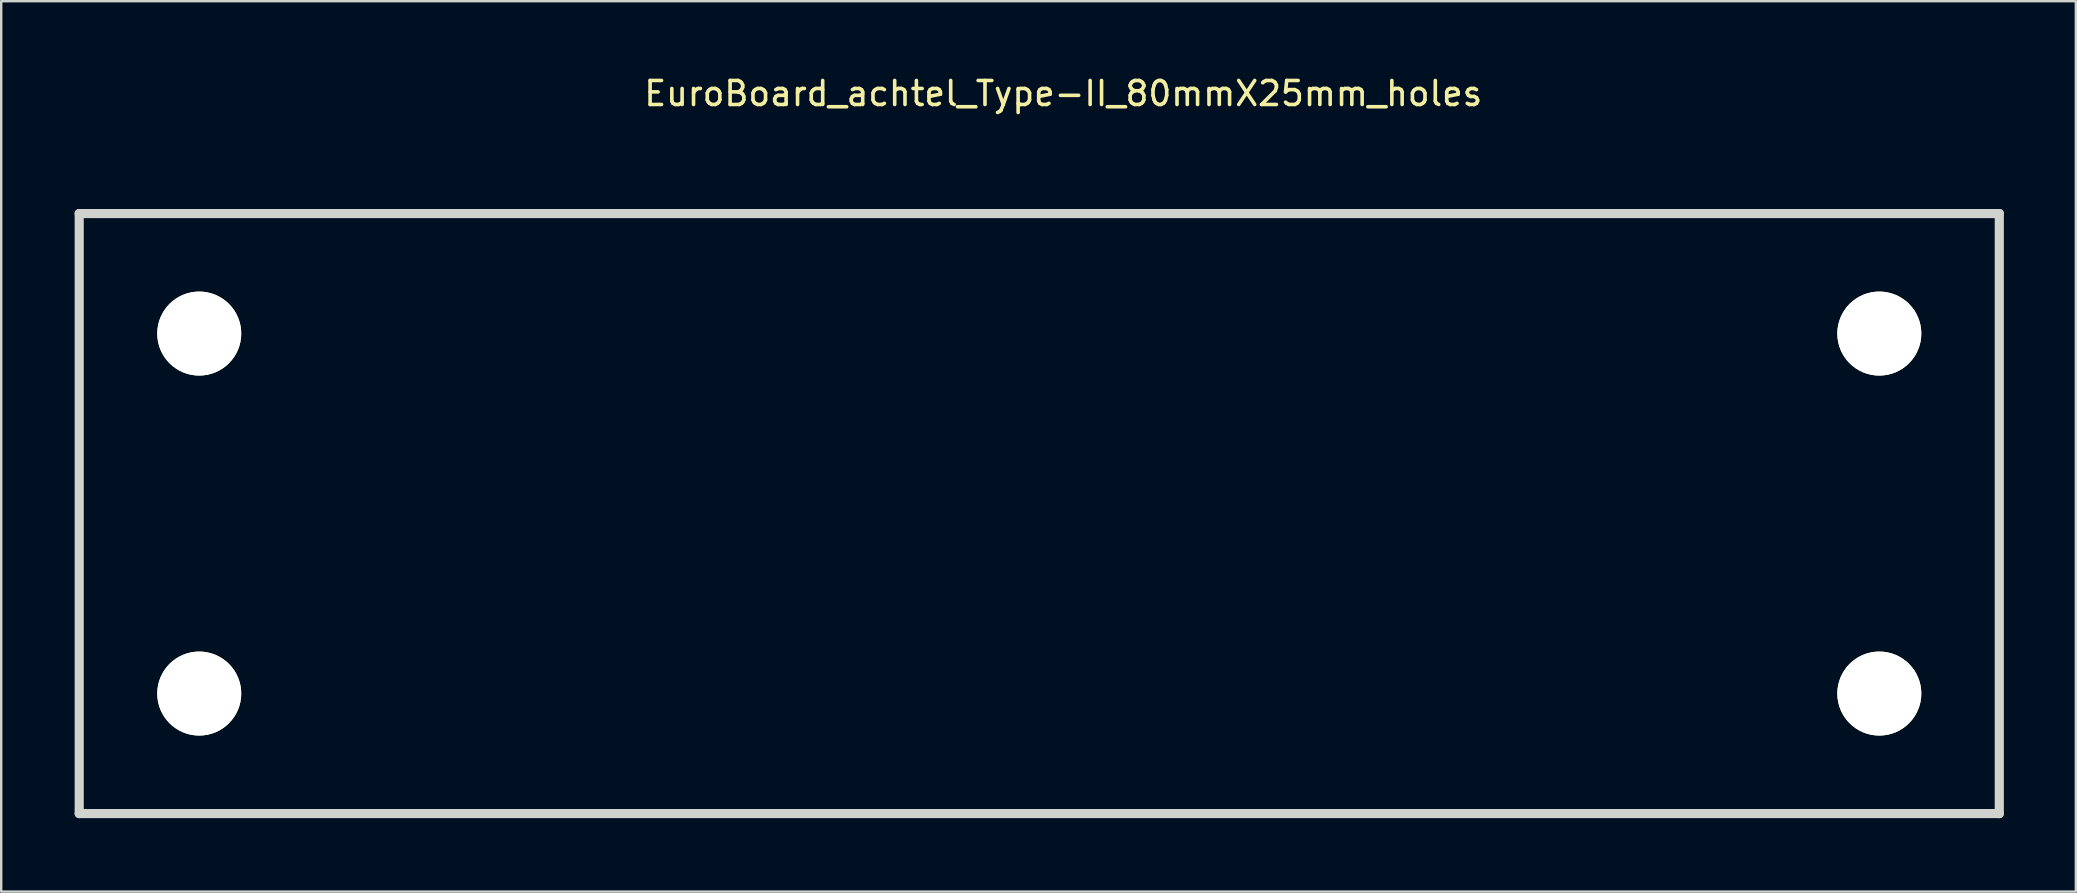
<source format=kicad_pcb>
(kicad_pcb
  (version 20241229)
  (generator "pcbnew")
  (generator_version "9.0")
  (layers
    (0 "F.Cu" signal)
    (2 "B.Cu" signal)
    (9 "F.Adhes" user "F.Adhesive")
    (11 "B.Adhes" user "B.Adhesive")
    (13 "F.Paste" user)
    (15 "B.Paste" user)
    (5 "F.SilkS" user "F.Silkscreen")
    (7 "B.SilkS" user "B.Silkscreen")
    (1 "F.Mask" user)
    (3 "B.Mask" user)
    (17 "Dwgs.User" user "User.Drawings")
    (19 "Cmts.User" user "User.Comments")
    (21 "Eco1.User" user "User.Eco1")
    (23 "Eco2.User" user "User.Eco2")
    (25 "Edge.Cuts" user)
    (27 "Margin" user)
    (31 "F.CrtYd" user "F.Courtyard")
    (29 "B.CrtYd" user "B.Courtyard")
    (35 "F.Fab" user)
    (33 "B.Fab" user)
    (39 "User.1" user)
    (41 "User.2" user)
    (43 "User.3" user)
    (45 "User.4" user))
  (footprint "EuroBoard_achtel_Type-II_80mmX25mm_holes"
    (layer "F.Cu")
    (at 0.25 30.848)
    (property "Reference" "EuroBoard_achtel_Type-II_80mmX25mm_holes" (at 41.001 -30 0) (layer "F.SilkS") (effects (font (size 1 1) (thickness 0.15))))
    (attr through_hole)
    (fp_line (start 0 -25.001) (end 0 0) (stroke (width 0.381) (type solid)) (layer "Edge.Cuts"))
    (fp_line (start 0 0) (end 80 0) (stroke (width 0.381) (type solid)) (layer "Edge.Cuts"))
    (fp_line (start 80 -25.001) (end 0 -25.001) (stroke (width 0.381) (type solid)) (layer "Edge.Cuts"))
    (fp_line (start 80 0) (end 80 -25.001) (stroke (width 0.381) (type solid)) (layer "Edge.Cuts"))
    (pad "" np_thru_hole circle (at 5.001 -20) (size 3.5 3.5) (drill 3.5) (layers "*.Cu" "*.Mask" "F.SilkS"))
    (pad "" np_thru_hole circle (at 5.001 -5.001) (size 3.5 3.5) (drill 3.5) (layers "*.Cu" "*.Mask" "F.SilkS"))
    (pad "" np_thru_hole circle (at 75.001 -20) (size 3.5 3.5) (drill 3.5) (layers "*.Cu" "*.Mask" "F.SilkS"))
    (pad "" np_thru_hole circle (at 75.001 -5.001) (size 3.5 3.5) (drill 3.5) (layers "*.Cu" "*.Mask" "F.SilkS")))
  (gr_rect
    (start -3 -3)
    (end 83.44 34.098)
    (stroke (width 0.1) (type default))
    (fill no)
    (layer "Edge.Cuts")))
</source>
